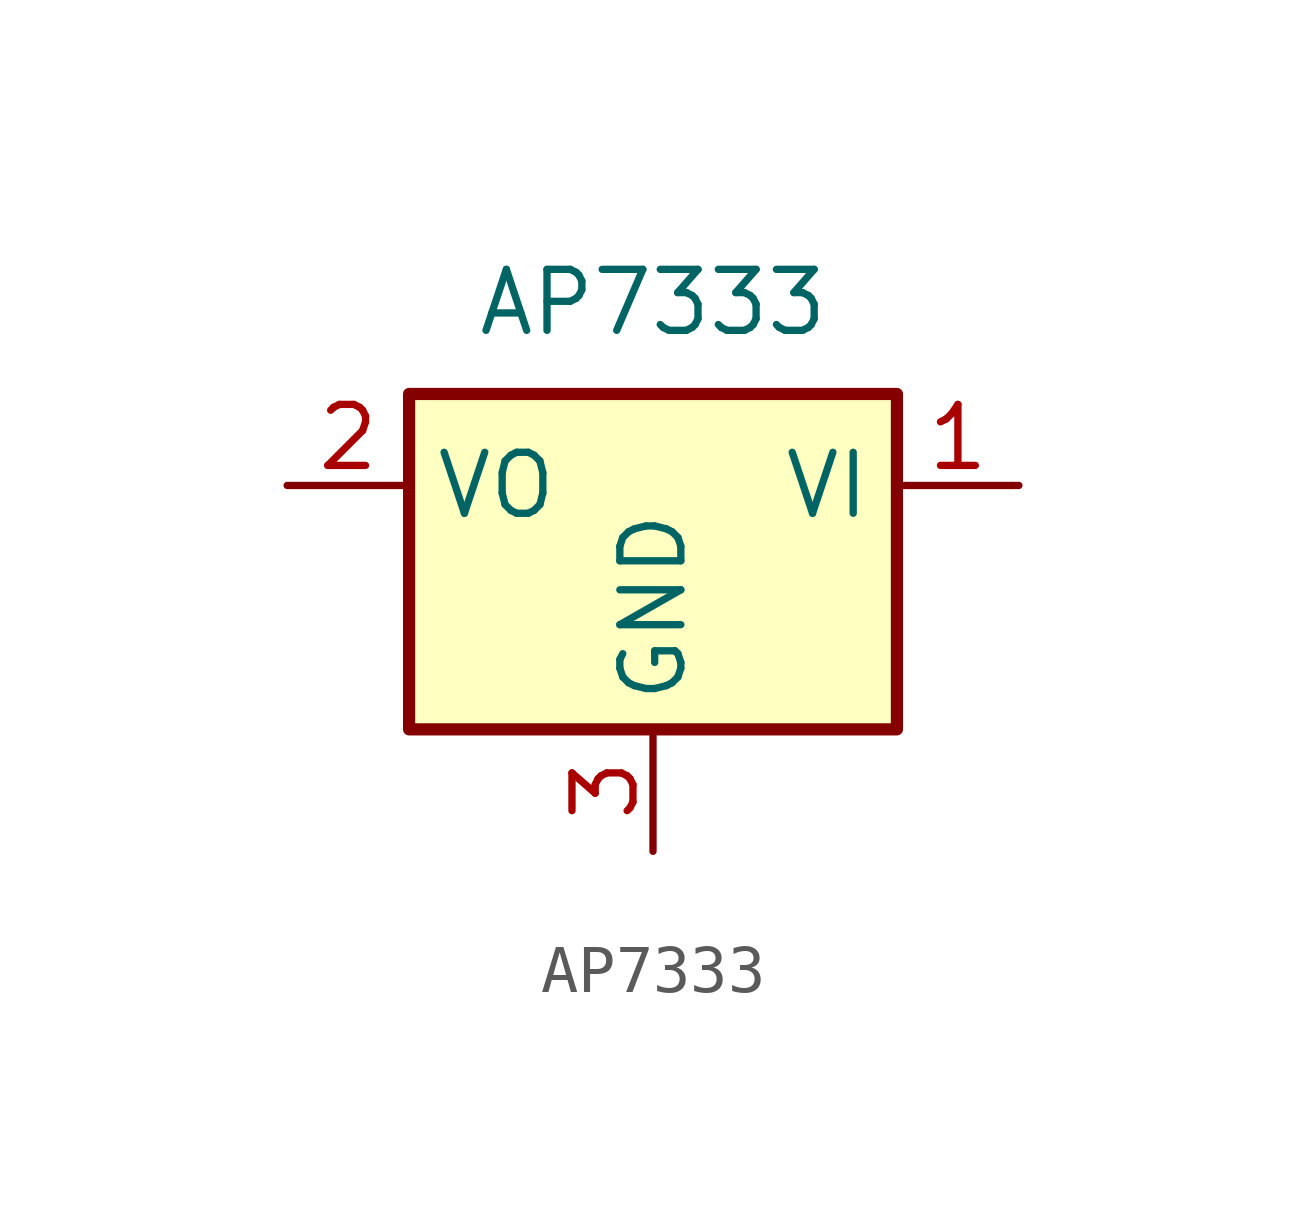
<source format=kicad_sym>
(kicad_symbol_lib
  (version 20241209)
  (generator "kicad_symbol_editor")
  (generator_version "9.0")
  (symbol "AP7333"
    (property "Reference" "U"
      (at 0 0 0)
      (effects (font (size 1.27 1.27)) (hide yes)))
    (property "Value" "AP7333"
      (at 0 0 0)
      (effects (font (size 1.27 1.27))))
    (symbol "AP7333_0_1"
      (rectangle (start -5.08 -1.905) (end 5.08 -8.89) (stroke (width 0.254) (type default)) (fill (type background))))
    (symbol "AP7333_1_1"
      (pin power_out line (at -7.62 -3.81 0) (length 2.54) (name "VO" (effects (font (size 1.27 1.27)))) (number "2" (effects (font (size 1.27 1.27)))))
      (pin power_in line (at 0 -11.43 90) (length 2.54) (name "GND" (effects (font (size 1.27 1.27)))) (number "3" (effects (font (size 1.27 1.27)))))
      (pin power_in line (at 7.62 -3.81 180) (length 2.54) (name "VI" (effects (font (size 1.27 1.27)))) (number "1" (effects (font (size 1.27 1.27))))))))
</source>
